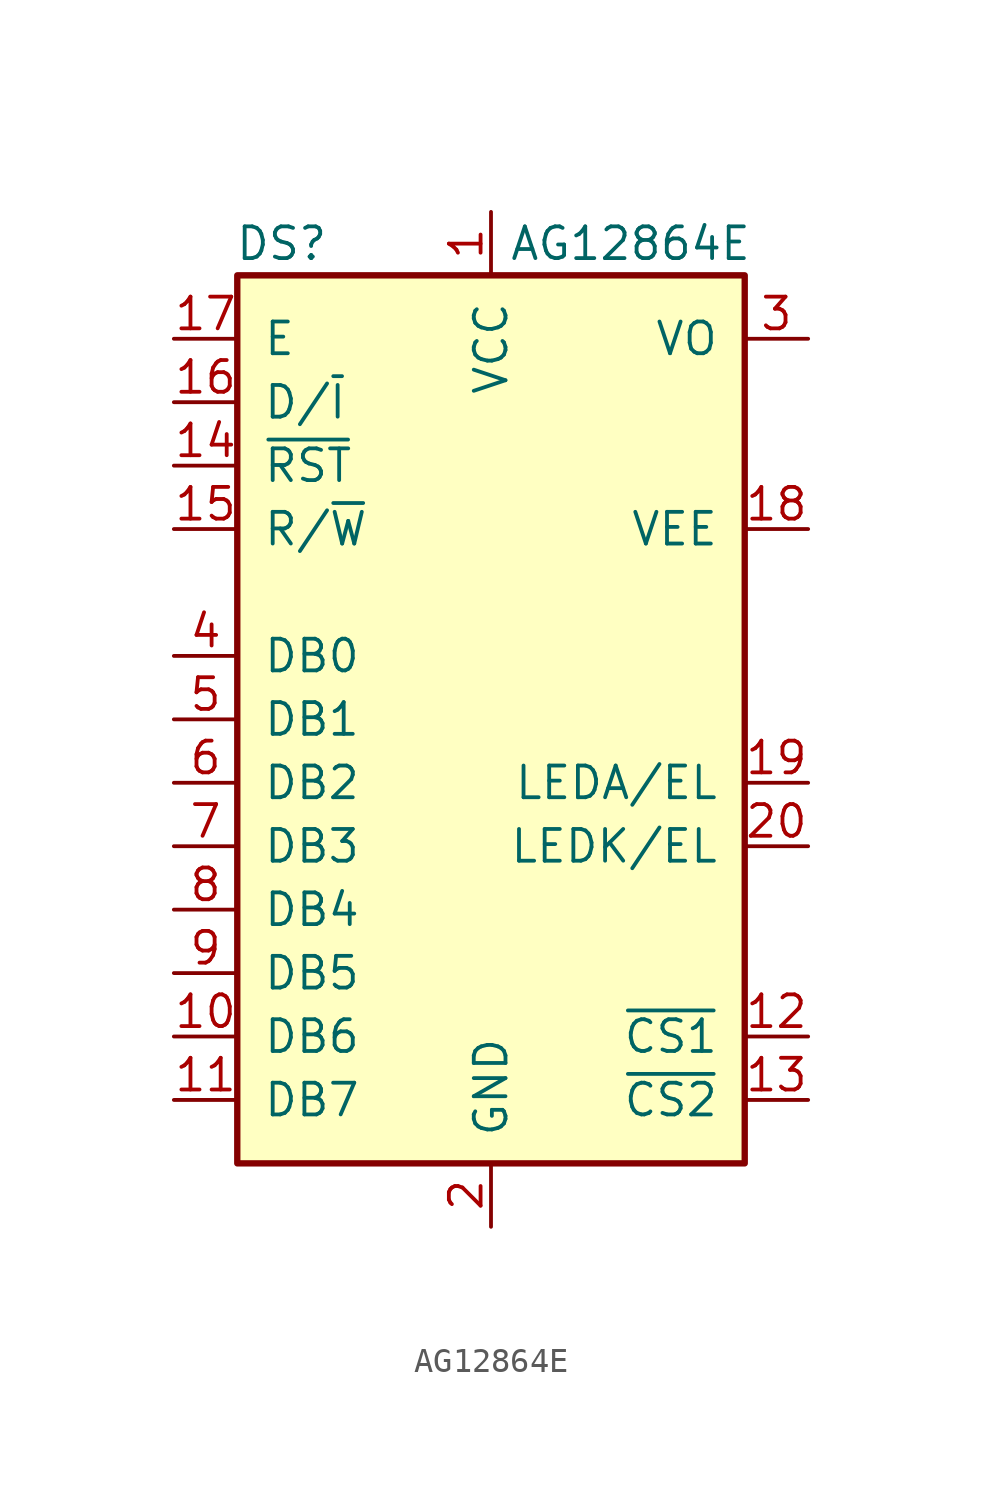
<source format=kicad_sym>
(kicad_symbol_lib
  (version 20231120)
  (generator "kicad_symbol_editor")
  (generator_version "8.0")
  (symbol "AG12864E"
    (pin_names
      (offset 1.016))
    (property "Reference" "DS"
      (at -8.382 19.05 0)
      (effects (font (size 1.27 1.27))))
    (property "Value" "AG12864E"
      (at 5.588 19.05 0)
      (effects (font (size 1.27 1.27))))
    (symbol "AG12864E_0_1"
      (rectangle (start -10.16 17.78) (end 10.16 -17.78) (stroke (width 0.254) (type default)) (fill (type background))))
    (symbol "AG12864E_1_1"
      (pin power_in line (at 0 20.32 270) (length 2.54) (name "VCC" (effects (font (size 1.27 1.27)))) (number "1" (effects (font (size 1.27 1.27)))))
      (pin bidirectional line (at -12.7 -12.7 0) (length 2.54) (name "DB6" (effects (font (size 1.27 1.27)))) (number "10" (effects (font (size 1.27 1.27)))))
      (pin bidirectional line (at -12.7 -15.24 0) (length 2.54) (name "DB7" (effects (font (size 1.27 1.27)))) (number "11" (effects (font (size 1.27 1.27)))))
      (pin input line (at 12.7 -12.7 180) (length 2.54) (name "~{CS1}" (effects (font (size 1.27 1.27)))) (number "12" (effects (font (size 1.27 1.27)))))
      (pin input line (at 12.7 -15.24 180) (length 2.54) (name "~{CS2}" (effects (font (size 1.27 1.27)))) (number "13" (effects (font (size 1.27 1.27)))))
      (pin input line (at -12.7 10.16 0) (length 2.54) (name "~{RST}" (effects (font (size 1.27 1.27)))) (number "14" (effects (font (size 1.27 1.27)))))
      (pin input line (at -12.7 7.62 0) (length 2.54) (name "R/~{W}" (effects (font (size 1.27 1.27)))) (number "15" (effects (font (size 1.27 1.27)))))
      (pin input line (at -12.7 12.7 0) (length 2.54) (name "D/~{I}" (effects (font (size 1.27 1.27)))) (number "16" (effects (font (size 1.27 1.27)))))
      (pin input line (at -12.7 15.24 0) (length 2.54) (name "E" (effects (font (size 1.27 1.27)))) (number "17" (effects (font (size 1.27 1.27)))))
      (pin passive line (at 12.7 7.62 180) (length 2.54) (name "VEE" (effects (font (size 1.27 1.27)))) (number "18" (effects (font (size 1.27 1.27)))))
      (pin passive line (at 12.7 -2.54 180) (length 2.54) (name "LEDA/EL" (effects (font (size 1.27 1.27)))) (number "19" (effects (font (size 1.27 1.27)))))
      (pin power_in line (at 0 -20.32 90) (length 2.54) (name "GND" (effects (font (size 1.27 1.27)))) (number "2" (effects (font (size 1.27 1.27)))))
      (pin passive line (at 12.7 -5.08 180) (length 2.54) (name "LEDK/EL" (effects (font (size 1.27 1.27)))) (number "20" (effects (font (size 1.27 1.27)))))
      (pin passive line (at 12.7 15.24 180) (length 2.54) (name "VO" (effects (font (size 1.27 1.27)))) (number "3" (effects (font (size 1.27 1.27)))))
      (pin bidirectional line (at -12.7 2.54 0) (length 2.54) (name "DB0" (effects (font (size 1.27 1.27)))) (number "4" (effects (font (size 1.27 1.27)))))
      (pin bidirectional line (at -12.7 0 0) (length 2.54) (name "DB1" (effects (font (size 1.27 1.27)))) (number "5" (effects (font (size 1.27 1.27)))))
      (pin bidirectional line (at -12.7 -2.54 0) (length 2.54) (name "DB2" (effects (font (size 1.27 1.27)))) (number "6" (effects (font (size 1.27 1.27)))))
      (pin bidirectional line (at -12.7 -5.08 0) (length 2.54) (name "DB3" (effects (font (size 1.27 1.27)))) (number "7" (effects (font (size 1.27 1.27)))))
      (pin bidirectional line (at -12.7 -7.62 0) (length 2.54) (name "DB4" (effects (font (size 1.27 1.27)))) (number "8" (effects (font (size 1.27 1.27)))))
      (pin bidirectional line (at -12.7 -10.16 0) (length 2.54) (name "DB5" (effects (font (size 1.27 1.27)))) (number "9" (effects (font (size 1.27 1.27))))))))
</source>
